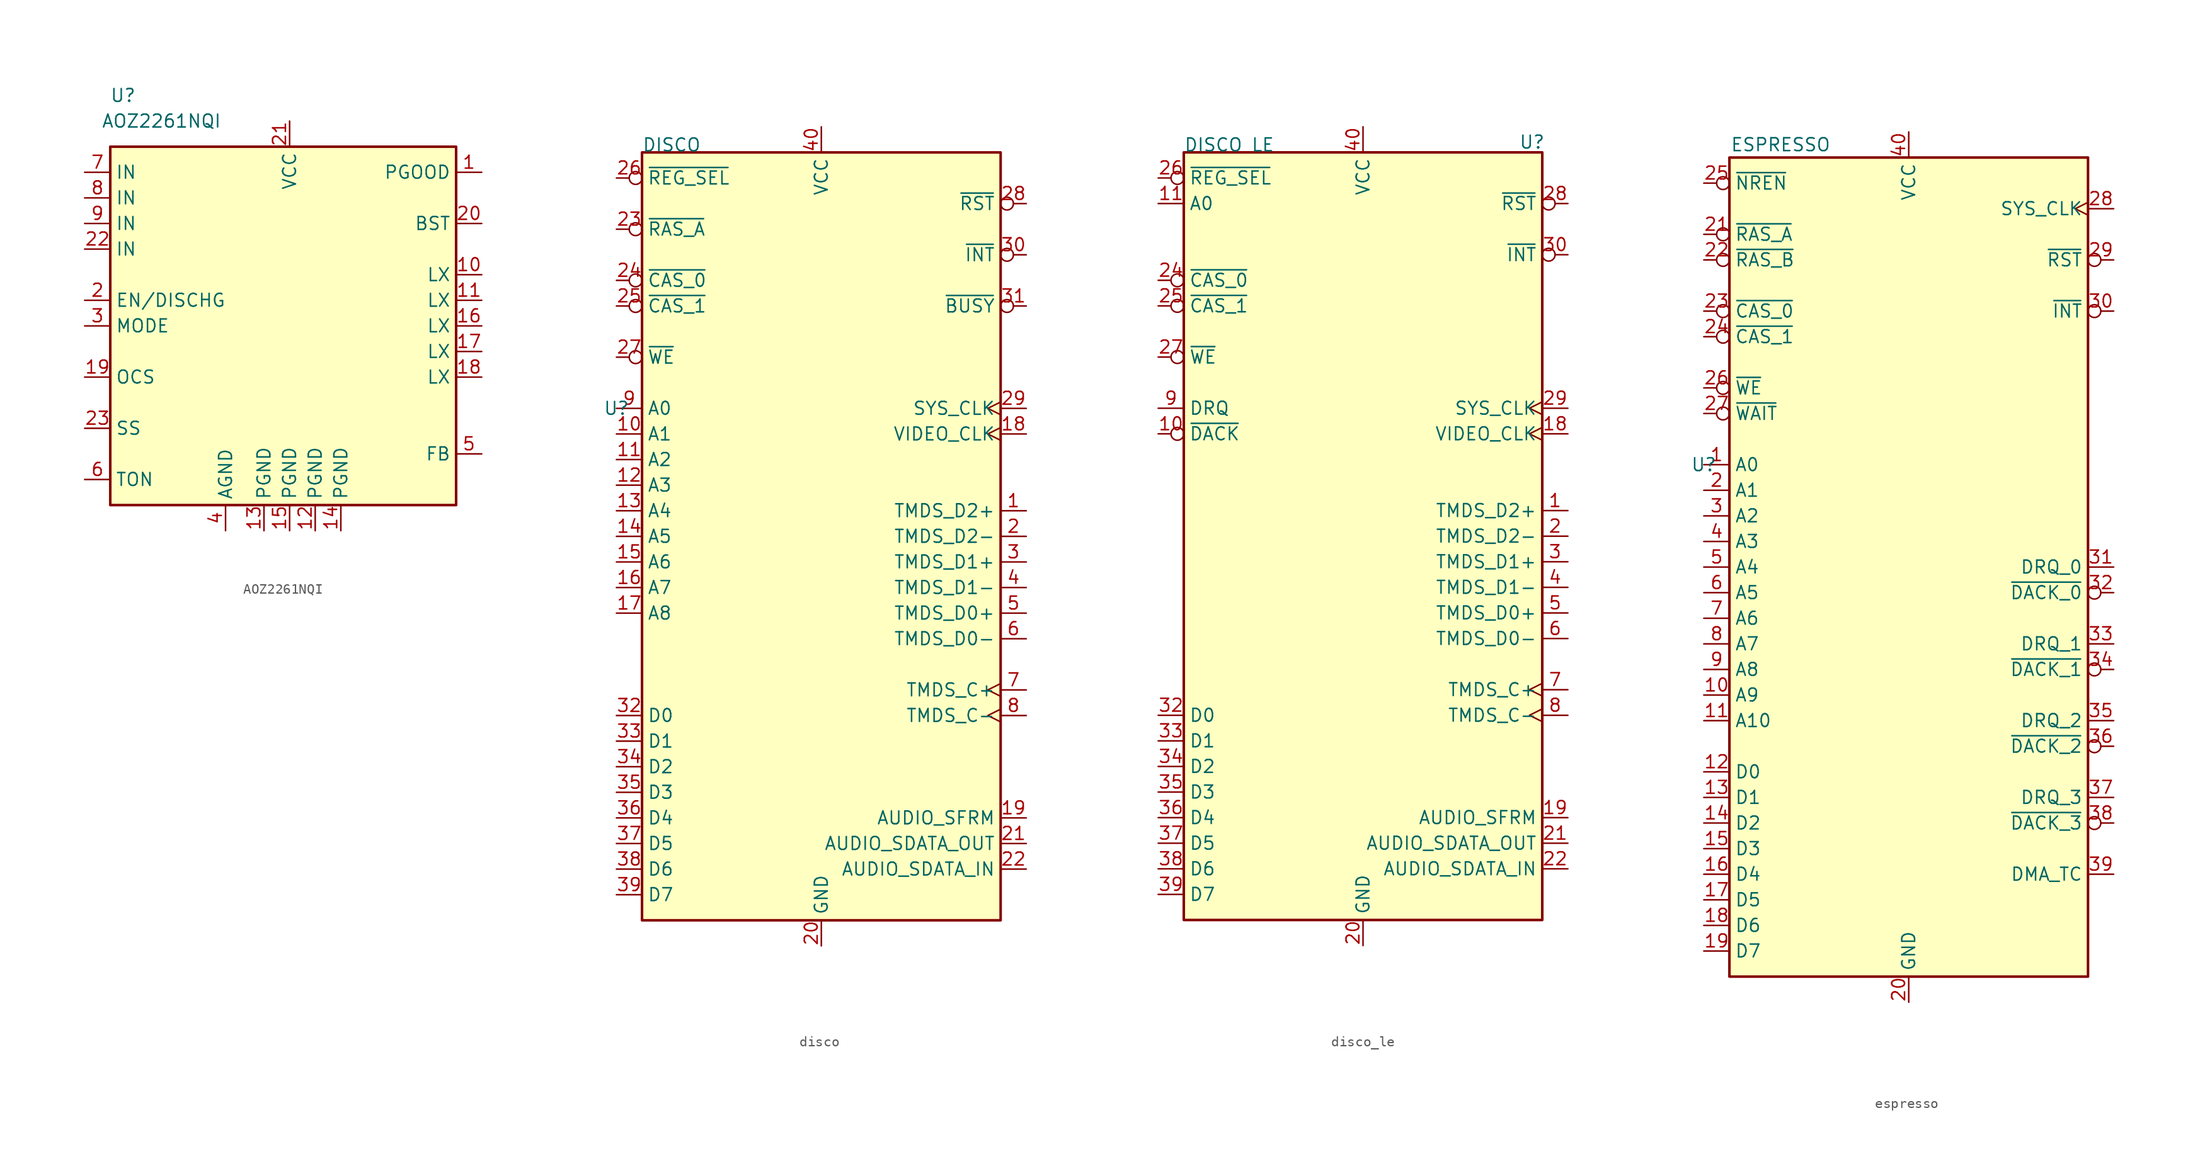
<source format=kicad_sym>
(kicad_symbol_lib
  (version 20231120)
  (generator "kicad_symbol_editor")
  (generator_version "8.0")
  (symbol "AOZ2261NQI"
    (property "Reference" "U"
      (at 1.27 36.83 0)
      (effects (font (size 1.27 1.27))))
    (property "Value" "AOZ2261NQI"
      (at 5.08 34.29 0)
      (effects (font (size 1.27 1.27))))
    (symbol "AOZ2261NQI_0_0"
      (pin power_out line (at 36.83 19.05 180) (length 2.54) (name "LX" (effects (font (size 1.27 1.27)))) (number "10" (effects (font (size 1.27 1.27)))))
      (pin power_out line (at 36.83 16.51 180) (length 2.54) (name "LX" (effects (font (size 1.27 1.27)))) (number "11" (effects (font (size 1.27 1.27)))))
      (pin power_in line (at 20.32 -6.35 90) (length 2.54) (name "PGND" (effects (font (size 1.27 1.27)))) (number "12" (effects (font (size 1.27 1.27)))))
      (pin power_in line (at 15.24 -6.35 90) (length 2.54) (name "PGND" (effects (font (size 1.27 1.27)))) (number "13" (effects (font (size 1.27 1.27)))))
      (pin power_in line (at 22.86 -6.35 90) (length 2.54) (name "PGND" (effects (font (size 1.27 1.27)))) (number "14" (effects (font (size 1.27 1.27)))))
      (pin power_in line (at 17.78 -6.35 90) (length 2.54) (name "PGND" (effects (font (size 1.27 1.27)))) (number "15" (effects (font (size 1.27 1.27)))))
      (pin power_out line (at 36.83 11.43 180) (length 2.54) (name "LX" (effects (font (size 1.27 1.27)))) (number "17" (effects (font (size 1.27 1.27)))))
      (pin power_out line (at 36.83 8.89 180) (length 2.54) (name "LX" (effects (font (size 1.27 1.27)))) (number "18" (effects (font (size 1.27 1.27)))))
      (pin input line (at -2.54 8.89 0) (length 2.54) (name "OCS" (effects (font (size 1.27 1.27)))) (number "19" (effects (font (size 1.27 1.27)))))
      (pin input line (at -2.54 16.51 0) (length 2.54) (name "EN/DISCHG" (effects (font (size 1.27 1.27)))) (number "2" (effects (font (size 1.27 1.27)))))
      (pin input line (at 36.83 24.13 180) (length 2.54) (name "BST" (effects (font (size 1.27 1.27)))) (number "20" (effects (font (size 1.27 1.27)))))
      (pin power_in line (at 17.78 34.29 270) (length 2.54) (name "VCC" (effects (font (size 1.27 1.27)))) (number "21" (effects (font (size 1.27 1.27)))))
      (pin power_in line (at -2.54 21.59 0) (length 2.54) (name "IN" (effects (font (size 1.27 1.27)))) (number "22" (effects (font (size 1.27 1.27)))))
      (pin input line (at -2.54 3.81 0) (length 2.54) (name "SS" (effects (font (size 1.27 1.27)))) (number "23" (effects (font (size 1.27 1.27)))))
      (pin input line (at -2.54 13.97 0) (length 2.54) (name "MODE" (effects (font (size 1.27 1.27)))) (number "3" (effects (font (size 1.27 1.27)))))
      (pin power_in line (at 11.43 -6.35 90) (length 2.54) (name "AGND" (effects (font (size 1.27 1.27)))) (number "4" (effects (font (size 1.27 1.27)))))
      (pin input line (at 36.83 1.27 180) (length 2.54) (name "FB" (effects (font (size 1.27 1.27)))) (number "5" (effects (font (size 1.27 1.27)))))
      (pin input line (at -2.54 -1.27 0) (length 2.54) (name "TON" (effects (font (size 1.27 1.27)))) (number "6" (effects (font (size 1.27 1.27)))))
      (pin power_in line (at -2.54 29.21 0) (length 2.54) (name "IN" (effects (font (size 1.27 1.27)))) (number "7" (effects (font (size 1.27 1.27)))))
      (pin power_in line (at -2.54 26.67 0) (length 2.54) (name "IN" (effects (font (size 1.27 1.27)))) (number "8" (effects (font (size 1.27 1.27)))))
      (pin power_in line (at -2.54 24.13 0) (length 2.54) (name "IN" (effects (font (size 1.27 1.27)))) (number "9" (effects (font (size 1.27 1.27))))))
    (symbol "AOZ2261NQI_0_1"
      (rectangle (start 0 31.75) (end 34.29 -3.81) (stroke (width 0.254) (type default)) (fill (type background))))
    (symbol "AOZ2261NQI_1_0"
      (pin open_collector line (at 36.83 29.21 180) (length 2.54) (name "PGOOD" (effects (font (size 1.27 1.27)))) (number "1" (effects (font (size 1.27 1.27)))))
      (pin power_out line (at 36.83 13.97 180) (length 2.54) (name "LX" (effects (font (size 1.27 1.27)))) (number "16" (effects (font (size 1.27 1.27)))))))
  (symbol "disco"
    (property "Reference" "U"
      (at -20.32 10.16 0)
      (effects (font (size 1.27 1.27))))
    (property "Value" "DISCO"
      (at -17.78 35.56 0)
      (effects (font (size 1.27 1.27)) (justify left bottom)))
    (symbol "disco_0_0"
      (pin output line (at 20.32 0 180) (length 2.54) (name "TMDS_D2+" (effects (font (size 1.27 1.27)))) (number "1" (effects (font (size 1.27 1.27)))))
      (pin output line (at -20.32 7.62 0) (length 2.54) (name "A1" (effects (font (size 1.27 1.27)))) (number "10" (effects (font (size 1.27 1.27)))))
      (pin output line (at -20.32 5.08 0) (length 2.54) (name "A2" (effects (font (size 1.27 1.27)))) (number "11" (effects (font (size 1.27 1.27)))))
      (pin output line (at -20.32 2.54 0) (length 2.54) (name "A3" (effects (font (size 1.27 1.27)))) (number "12" (effects (font (size 1.27 1.27)))))
      (pin output line (at -20.32 0 0) (length 2.54) (name "A4" (effects (font (size 1.27 1.27)))) (number "13" (effects (font (size 1.27 1.27)))))
      (pin output line (at -20.32 -2.54 0) (length 2.54) (name "A5" (effects (font (size 1.27 1.27)))) (number "14" (effects (font (size 1.27 1.27)))))
      (pin output line (at -20.32 -5.08 0) (length 2.54) (name "A6" (effects (font (size 1.27 1.27)))) (number "15" (effects (font (size 1.27 1.27)))))
      (pin output line (at -20.32 -7.62 0) (length 2.54) (name "A7" (effects (font (size 1.27 1.27)))) (number "16" (effects (font (size 1.27 1.27)))))
      (pin output line (at -20.32 -10.16 0) (length 2.54) (name "A8" (effects (font (size 1.27 1.27)))) (number "17" (effects (font (size 1.27 1.27)))))
      (pin output line (at 20.32 -2.54 180) (length 2.54) (name "TMDS_D2-" (effects (font (size 1.27 1.27)))) (number "2" (effects (font (size 1.27 1.27)))))
      (pin power_in line (at 0 -43.18 90) (length 2.54) (name "GND" (effects (font (size 1.27 1.27)))) (number "20" (effects (font (size 1.27 1.27)))))
      (pin input line (at 20.32 -35.56 180) (length 2.54) (name "AUDIO_SDATA_IN" (effects (font (size 1.27 1.27)))) (number "22" (effects (font (size 1.27 1.27)))))
      (pin output line (at 20.32 -5.08 180) (length 2.54) (name "TMDS_D1+" (effects (font (size 1.27 1.27)))) (number "3" (effects (font (size 1.27 1.27)))))
      (pin open_collector inverted (at 20.32 25.4 180) (length 2.54) (name "~{INT}" (effects (font (size 1.27 1.27)))) (number "30" (effects (font (size 1.27 1.27)))))
      (pin bidirectional line (at -20.32 -20.32 0) (length 2.54) (name "D0" (effects (font (size 1.27 1.27)))) (number "32" (effects (font (size 1.27 1.27)))))
      (pin bidirectional line (at -20.32 -22.86 0) (length 2.54) (name "D1" (effects (font (size 1.27 1.27)))) (number "33" (effects (font (size 1.27 1.27)))))
      (pin bidirectional line (at -20.32 -25.4 0) (length 2.54) (name "D2" (effects (font (size 1.27 1.27)))) (number "34" (effects (font (size 1.27 1.27)))))
      (pin bidirectional line (at -20.32 -27.94 0) (length 2.54) (name "D3" (effects (font (size 1.27 1.27)))) (number "35" (effects (font (size 1.27 1.27)))))
      (pin bidirectional line (at -20.32 -30.48 0) (length 2.54) (name "D4" (effects (font (size 1.27 1.27)))) (number "36" (effects (font (size 1.27 1.27)))))
      (pin bidirectional line (at -20.32 -33.02 0) (length 2.54) (name "D5" (effects (font (size 1.27 1.27)))) (number "37" (effects (font (size 1.27 1.27)))))
      (pin bidirectional line (at -20.32 -35.56 0) (length 2.54) (name "D6" (effects (font (size 1.27 1.27)))) (number "38" (effects (font (size 1.27 1.27)))))
      (pin bidirectional line (at -20.32 -38.1 0) (length 2.54) (name "D7" (effects (font (size 1.27 1.27)))) (number "39" (effects (font (size 1.27 1.27)))))
      (pin output line (at 20.32 -7.62 180) (length 2.54) (name "TMDS_D1-" (effects (font (size 1.27 1.27)))) (number "4" (effects (font (size 1.27 1.27)))))
      (pin power_in line (at 0 38.1 270) (length 2.54) (name "VCC" (effects (font (size 1.27 1.27)))) (number "40" (effects (font (size 1.27 1.27)))))
      (pin output line (at 20.32 -10.16 180) (length 2.54) (name "TMDS_D0+" (effects (font (size 1.27 1.27)))) (number "5" (effects (font (size 1.27 1.27)))))
      (pin output line (at 20.32 -12.7 180) (length 2.54) (name "TMDS_D0-" (effects (font (size 1.27 1.27)))) (number "6" (effects (font (size 1.27 1.27)))))
      (pin output line (at -20.32 10.16 0) (length 2.54) (name "A0" (effects (font (size 1.27 1.27)))) (number "9" (effects (font (size 1.27 1.27))))))
    (symbol "disco_0_1"
      (rectangle (start -17.78 35.56) (end 17.78 -40.64) (stroke (width 0.254) (type default)) (fill (type background))))
    (symbol "disco_1_0"
      (pin input clock (at 20.32 7.62 180) (length 2.54) (name "VIDEO_CLK" (effects (font (size 1.27 1.27)))) (number "18" (effects (font (size 1.27 1.27)))))
      (pin output line (at 20.32 -30.48 180) (length 2.54) (name "AUDIO_SFRM" (effects (font (size 1.27 1.27)))) (number "19" (effects (font (size 1.27 1.27)))))
      (pin power_in line (at 20.32 -33.02 180) (length 2.54) (name "AUDIO_SDATA_OUT" (effects (font (size 1.27 1.27)))) (number "21" (effects (font (size 1.27 1.27)))))
      (pin output inverted (at -20.32 27.94 0) (length 2.54) (name "~{RAS_A}" (effects (font (size 1.27 1.27)))) (number "23" (effects (font (size 1.27 1.27)))))
      (pin output inverted (at -20.32 22.86 0) (length 2.54) (name "~{CAS_0}" (effects (font (size 1.27 1.27)))) (number "24" (effects (font (size 1.27 1.27)))))
      (pin output inverted (at -20.32 20.32 0) (length 2.54) (name "~{CAS_1}" (effects (font (size 1.27 1.27)))) (number "25" (effects (font (size 1.27 1.27)))))
      (pin input inverted (at -20.32 33.02 0) (length 2.54) (name "~{REG_SEL}" (effects (font (size 1.27 1.27)))) (number "26" (effects (font (size 1.27 1.27)))))
      (pin bidirectional inverted (at -20.32 15.24 0) (length 2.54) (name "~{WE}" (effects (font (size 1.27 1.27)))) (number "27" (effects (font (size 1.27 1.27)))))
      (pin input inverted (at 20.32 30.48 180) (length 2.54) (name "~{RST}" (effects (font (size 1.27 1.27)))) (number "28" (effects (font (size 1.27 1.27)))))
      (pin input clock (at 20.32 10.16 180) (length 2.54) (name "SYS_CLK" (effects (font (size 1.27 1.27)))) (number "29" (effects (font (size 1.27 1.27)))))
      (pin output inverted (at 20.32 20.32 180) (length 2.54) (name "~{BUSY}" (effects (font (size 1.27 1.27)))) (number "31" (effects (font (size 1.27 1.27)))))
      (pin output clock (at 20.32 -17.78 180) (length 2.54) (name "TMDS_C+" (effects (font (size 1.27 1.27)))) (number "7" (effects (font (size 1.27 1.27)))))
      (pin output clock (at 20.32 -20.32 180) (length 2.54) (name "TMDS_C-" (effects (font (size 1.27 1.27)))) (number "8" (effects (font (size 1.27 1.27)))))))
  (symbol "disco_le"
    (property "Reference" "U"
      (at 16.764 36.576 0)
      (effects (font (size 1.27 1.27))))
    (property "Value" "DISCO LE"
      (at -17.78 35.56 0)
      (effects (font (size 1.27 1.27)) (justify left bottom)))
    (symbol "disco_le_0_0"
      (pin output line (at 20.32 0 180) (length 2.54) (name "TMDS_D2+" (effects (font (size 1.27 1.27)))) (number "1" (effects (font (size 1.27 1.27)))))
      (pin output line (at 20.32 -2.54 180) (length 2.54) (name "TMDS_D2-" (effects (font (size 1.27 1.27)))) (number "2" (effects (font (size 1.27 1.27)))))
      (pin power_in line (at 0 -43.18 90) (length 2.54) (name "GND" (effects (font (size 1.27 1.27)))) (number "20" (effects (font (size 1.27 1.27)))))
      (pin input line (at 20.32 -35.56 180) (length 2.54) (name "AUDIO_SDATA_IN" (effects (font (size 1.27 1.27)))) (number "22" (effects (font (size 1.27 1.27)))))
      (pin output line (at 20.32 -5.08 180) (length 2.54) (name "TMDS_D1+" (effects (font (size 1.27 1.27)))) (number "3" (effects (font (size 1.27 1.27)))))
      (pin open_collector inverted (at 20.32 25.4 180) (length 2.54) (name "~{INT}" (effects (font (size 1.27 1.27)))) (number "30" (effects (font (size 1.27 1.27)))))
      (pin bidirectional line (at -20.32 -20.32 0) (length 2.54) (name "D0" (effects (font (size 1.27 1.27)))) (number "32" (effects (font (size 1.27 1.27)))))
      (pin bidirectional line (at -20.32 -22.86 0) (length 2.54) (name "D1" (effects (font (size 1.27 1.27)))) (number "33" (effects (font (size 1.27 1.27)))))
      (pin bidirectional line (at -20.32 -25.4 0) (length 2.54) (name "D2" (effects (font (size 1.27 1.27)))) (number "34" (effects (font (size 1.27 1.27)))))
      (pin bidirectional line (at -20.32 -27.94 0) (length 2.54) (name "D3" (effects (font (size 1.27 1.27)))) (number "35" (effects (font (size 1.27 1.27)))))
      (pin bidirectional line (at -20.32 -30.48 0) (length 2.54) (name "D4" (effects (font (size 1.27 1.27)))) (number "36" (effects (font (size 1.27 1.27)))))
      (pin bidirectional line (at -20.32 -33.02 0) (length 2.54) (name "D5" (effects (font (size 1.27 1.27)))) (number "37" (effects (font (size 1.27 1.27)))))
      (pin bidirectional line (at -20.32 -35.56 0) (length 2.54) (name "D6" (effects (font (size 1.27 1.27)))) (number "38" (effects (font (size 1.27 1.27)))))
      (pin bidirectional line (at -20.32 -38.1 0) (length 2.54) (name "D7" (effects (font (size 1.27 1.27)))) (number "39" (effects (font (size 1.27 1.27)))))
      (pin output line (at 20.32 -7.62 180) (length 2.54) (name "TMDS_D1-" (effects (font (size 1.27 1.27)))) (number "4" (effects (font (size 1.27 1.27)))))
      (pin power_in line (at 0 38.1 270) (length 2.54) (name "VCC" (effects (font (size 1.27 1.27)))) (number "40" (effects (font (size 1.27 1.27)))))
      (pin output line (at 20.32 -10.16 180) (length 2.54) (name "TMDS_D0+" (effects (font (size 1.27 1.27)))) (number "5" (effects (font (size 1.27 1.27)))))
      (pin output line (at 20.32 -12.7 180) (length 2.54) (name "TMDS_D0-" (effects (font (size 1.27 1.27)))) (number "6" (effects (font (size 1.27 1.27))))))
    (symbol "disco_le_0_1"
      (rectangle (start -17.78 35.56) (end 17.78 -40.64) (stroke (width 0.254) (type default)) (fill (type background))))
    (symbol "disco_le_1_0"
      (pin input inverted (at -20.32 7.62 0) (length 2.54) (name "~{DACK}" (effects (font (size 1.27 1.27)))) (number "10" (effects (font (size 1.27 1.27)))))
      (pin output line (at -20.32 30.48 0) (length 2.54) (name "A0" (effects (font (size 1.27 1.27)))) (number "11" (effects (font (size 1.27 1.27)))))
      (pin input clock (at 20.32 7.62 180) (length 2.54) (name "VIDEO_CLK" (effects (font (size 1.27 1.27)))) (number "18" (effects (font (size 1.27 1.27)))))
      (pin output line (at 20.32 -30.48 180) (length 2.54) (name "AUDIO_SFRM" (effects (font (size 1.27 1.27)))) (number "19" (effects (font (size 1.27 1.27)))))
      (pin power_in line (at 20.32 -33.02 180) (length 2.54) (name "AUDIO_SDATA_OUT" (effects (font (size 1.27 1.27)))) (number "21" (effects (font (size 1.27 1.27)))))
      (pin input inverted (at -20.32 22.86 0) (length 2.54) (name "~{CAS_0}" (effects (font (size 1.27 1.27)))) (number "24" (effects (font (size 1.27 1.27)))))
      (pin output inverted (at -20.32 20.32 0) (length 2.54) (name "~{CAS_1}" (effects (font (size 1.27 1.27)))) (number "25" (effects (font (size 1.27 1.27)))))
      (pin input inverted (at -20.32 33.02 0) (length 2.54) (name "~{REG_SEL}" (effects (font (size 1.27 1.27)))) (number "26" (effects (font (size 1.27 1.27)))))
      (pin bidirectional inverted (at -20.32 15.24 0) (length 2.54) (name "~{WE}" (effects (font (size 1.27 1.27)))) (number "27" (effects (font (size 1.27 1.27)))))
      (pin input inverted (at 20.32 30.48 180) (length 2.54) (name "~{RST}" (effects (font (size 1.27 1.27)))) (number "28" (effects (font (size 1.27 1.27)))))
      (pin input clock (at 20.32 10.16 180) (length 2.54) (name "SYS_CLK" (effects (font (size 1.27 1.27)))) (number "29" (effects (font (size 1.27 1.27)))))
      (pin output clock (at 20.32 -17.78 180) (length 2.54) (name "TMDS_C+" (effects (font (size 1.27 1.27)))) (number "7" (effects (font (size 1.27 1.27)))))
      (pin output clock (at 20.32 -20.32 180) (length 2.54) (name "TMDS_C-" (effects (font (size 1.27 1.27)))) (number "8" (effects (font (size 1.27 1.27)))))
      (pin output line (at -20.32 10.16 0) (length 2.54) (name "DRQ" (effects (font (size 1.27 1.27)))) (number "9" (effects (font (size 1.27 1.27)))))))
  (symbol "espresso"
    (property "Reference" "U"
      (at -20.32 10.16 0)
      (effects (font (size 1.27 1.27))))
    (property "Value" "ESPRESSO"
      (at -12.7 41.91 0)
      (effects (font (size 1.27 1.27))))
    (symbol "espresso_0_0"
      (pin output line (at -20.32 10.16 0) (length 2.54) (name "A0" (effects (font (size 1.27 1.27)))) (number "1" (effects (font (size 1.27 1.27)))))
      (pin output line (at -20.32 -12.7 0) (length 2.54) (name "A9" (effects (font (size 1.27 1.27)))) (number "10" (effects (font (size 1.27 1.27)))))
      (pin output line (at -20.32 -15.24 0) (length 2.54) (name "A10" (effects (font (size 1.27 1.27)))) (number "11" (effects (font (size 1.27 1.27)))))
      (pin bidirectional line (at -20.32 -20.32 0) (length 2.54) (name "D0" (effects (font (size 1.27 1.27)))) (number "12" (effects (font (size 1.27 1.27)))))
      (pin bidirectional line (at -20.32 -22.86 0) (length 2.54) (name "D1" (effects (font (size 1.27 1.27)))) (number "13" (effects (font (size 1.27 1.27)))))
      (pin bidirectional line (at -20.32 -25.4 0) (length 2.54) (name "D2" (effects (font (size 1.27 1.27)))) (number "14" (effects (font (size 1.27 1.27)))))
      (pin bidirectional line (at -20.32 -27.94 0) (length 2.54) (name "D3" (effects (font (size 1.27 1.27)))) (number "15" (effects (font (size 1.27 1.27)))))
      (pin bidirectional line (at -20.32 -30.48 0) (length 2.54) (name "D4" (effects (font (size 1.27 1.27)))) (number "16" (effects (font (size 1.27 1.27)))))
      (pin bidirectional line (at -20.32 -33.02 0) (length 2.54) (name "D5" (effects (font (size 1.27 1.27)))) (number "17" (effects (font (size 1.27 1.27)))))
      (pin bidirectional line (at -20.32 -35.56 0) (length 2.54) (name "D6" (effects (font (size 1.27 1.27)))) (number "18" (effects (font (size 1.27 1.27)))))
      (pin bidirectional line (at -20.32 -38.1 0) (length 2.54) (name "D7" (effects (font (size 1.27 1.27)))) (number "19" (effects (font (size 1.27 1.27)))))
      (pin output line (at -20.32 7.62 0) (length 2.54) (name "A1" (effects (font (size 1.27 1.27)))) (number "2" (effects (font (size 1.27 1.27)))))
      (pin power_in line (at 0 -43.18 90) (length 2.54) (name "GND" (effects (font (size 1.27 1.27)))) (number "20" (effects (font (size 1.27 1.27)))))
      (pin output inverted (at -20.32 30.48 0) (length 2.54) (name "~{RAS_B}" (effects (font (size 1.27 1.27)))) (number "22" (effects (font (size 1.27 1.27)))))
      (pin output inverted (at -20.32 38.1 0) (length 2.54) (name "~{NREN}" (effects (font (size 1.27 1.27)))) (number "25" (effects (font (size 1.27 1.27)))))
      (pin output inverted (at -20.32 17.78 0) (length 2.54) (name "~{WE}" (effects (font (size 1.27 1.27)))) (number "26" (effects (font (size 1.27 1.27)))))
      (pin input inverted (at -20.32 15.24 0) (length 2.54) (name "~{WAIT}" (effects (font (size 1.27 1.27)))) (number "27" (effects (font (size 1.27 1.27)))))
      (pin input clock (at 20.32 35.56 180) (length 2.54) (name "SYS_CLK" (effects (font (size 1.27 1.27)))) (number "28" (effects (font (size 1.27 1.27)))))
      (pin input inverted (at 20.32 30.48 180) (length 2.54) (name "~{RST}" (effects (font (size 1.27 1.27)))) (number "29" (effects (font (size 1.27 1.27)))))
      (pin output line (at -20.32 5.08 0) (length 2.54) (name "A2" (effects (font (size 1.27 1.27)))) (number "3" (effects (font (size 1.27 1.27)))))
      (pin input inverted (at 20.32 25.4 180) (length 2.54) (name "~{INT}" (effects (font (size 1.27 1.27)))) (number "30" (effects (font (size 1.27 1.27)))))
      (pin bidirectional line (at 20.32 0 180) (length 2.54) (name "DRQ_0" (effects (font (size 1.27 1.27)))) (number "31" (effects (font (size 1.27 1.27)))))
      (pin bidirectional inverted (at 20.32 -2.54 180) (length 2.54) (name "~{DACK_0}" (effects (font (size 1.27 1.27)))) (number "32" (effects (font (size 1.27 1.27)))))
      (pin bidirectional line (at 20.32 -7.62 180) (length 2.54) (name "DRQ_1" (effects (font (size 1.27 1.27)))) (number "33" (effects (font (size 1.27 1.27)))))
      (pin bidirectional inverted (at 20.32 -10.16 180) (length 2.54) (name "~{DACK_1}" (effects (font (size 1.27 1.27)))) (number "34" (effects (font (size 1.27 1.27)))))
      (pin bidirectional line (at 20.32 -15.24 180) (length 2.54) (name "DRQ_2" (effects (font (size 1.27 1.27)))) (number "35" (effects (font (size 1.27 1.27)))))
      (pin bidirectional inverted (at 20.32 -17.78 180) (length 2.54) (name "~{DACK_2}" (effects (font (size 1.27 1.27)))) (number "36" (effects (font (size 1.27 1.27)))))
      (pin bidirectional line (at 20.32 -22.86 180) (length 2.54) (name "DRQ_3" (effects (font (size 1.27 1.27)))) (number "37" (effects (font (size 1.27 1.27)))))
      (pin bidirectional inverted (at 20.32 -25.4 180) (length 2.54) (name "~{DACK_3}" (effects (font (size 1.27 1.27)))) (number "38" (effects (font (size 1.27 1.27)))))
      (pin bidirectional line (at 20.32 -30.48 180) (length 2.54) (name "DMA_TC" (effects (font (size 1.27 1.27)))) (number "39" (effects (font (size 1.27 1.27)))))
      (pin output line (at -20.32 2.54 0) (length 2.54) (name "A3" (effects (font (size 1.27 1.27)))) (number "4" (effects (font (size 1.27 1.27)))))
      (pin power_in line (at 0 43.18 270) (length 2.54) (name "VCC" (effects (font (size 1.27 1.27)))) (number "40" (effects (font (size 1.27 1.27)))))
      (pin output line (at -20.32 0 0) (length 2.54) (name "A4" (effects (font (size 1.27 1.27)))) (number "5" (effects (font (size 1.27 1.27)))))
      (pin output line (at -20.32 -2.54 0) (length 2.54) (name "A5" (effects (font (size 1.27 1.27)))) (number "6" (effects (font (size 1.27 1.27)))))
      (pin output line (at -20.32 -5.08 0) (length 2.54) (name "A6" (effects (font (size 1.27 1.27)))) (number "7" (effects (font (size 1.27 1.27)))))
      (pin output line (at -20.32 -7.62 0) (length 2.54) (name "A7" (effects (font (size 1.27 1.27)))) (number "8" (effects (font (size 1.27 1.27)))))
      (pin output line (at -20.32 -10.16 0) (length 2.54) (name "A8" (effects (font (size 1.27 1.27)))) (number "9" (effects (font (size 1.27 1.27))))))
    (symbol "espresso_0_1"
      (rectangle (start -17.78 40.64) (end 17.78 -40.64) (stroke (width 0.254) (type default)) (fill (type background))))
    (symbol "espresso_1_0"
      (pin output inverted (at -20.32 33.02 0) (length 2.54) (name "~{RAS_A}" (effects (font (size 1.27 1.27)))) (number "21" (effects (font (size 1.27 1.27)))))
      (pin output inverted (at -20.32 25.4 0) (length 2.54) (name "~{CAS_0}" (effects (font (size 1.27 1.27)))) (number "23" (effects (font (size 1.27 1.27)))))
      (pin output inverted (at -20.32 22.86 0) (length 2.54) (name "~{CAS_1}" (effects (font (size 1.27 1.27)))) (number "24" (effects (font (size 1.27 1.27))))))))
</source>
